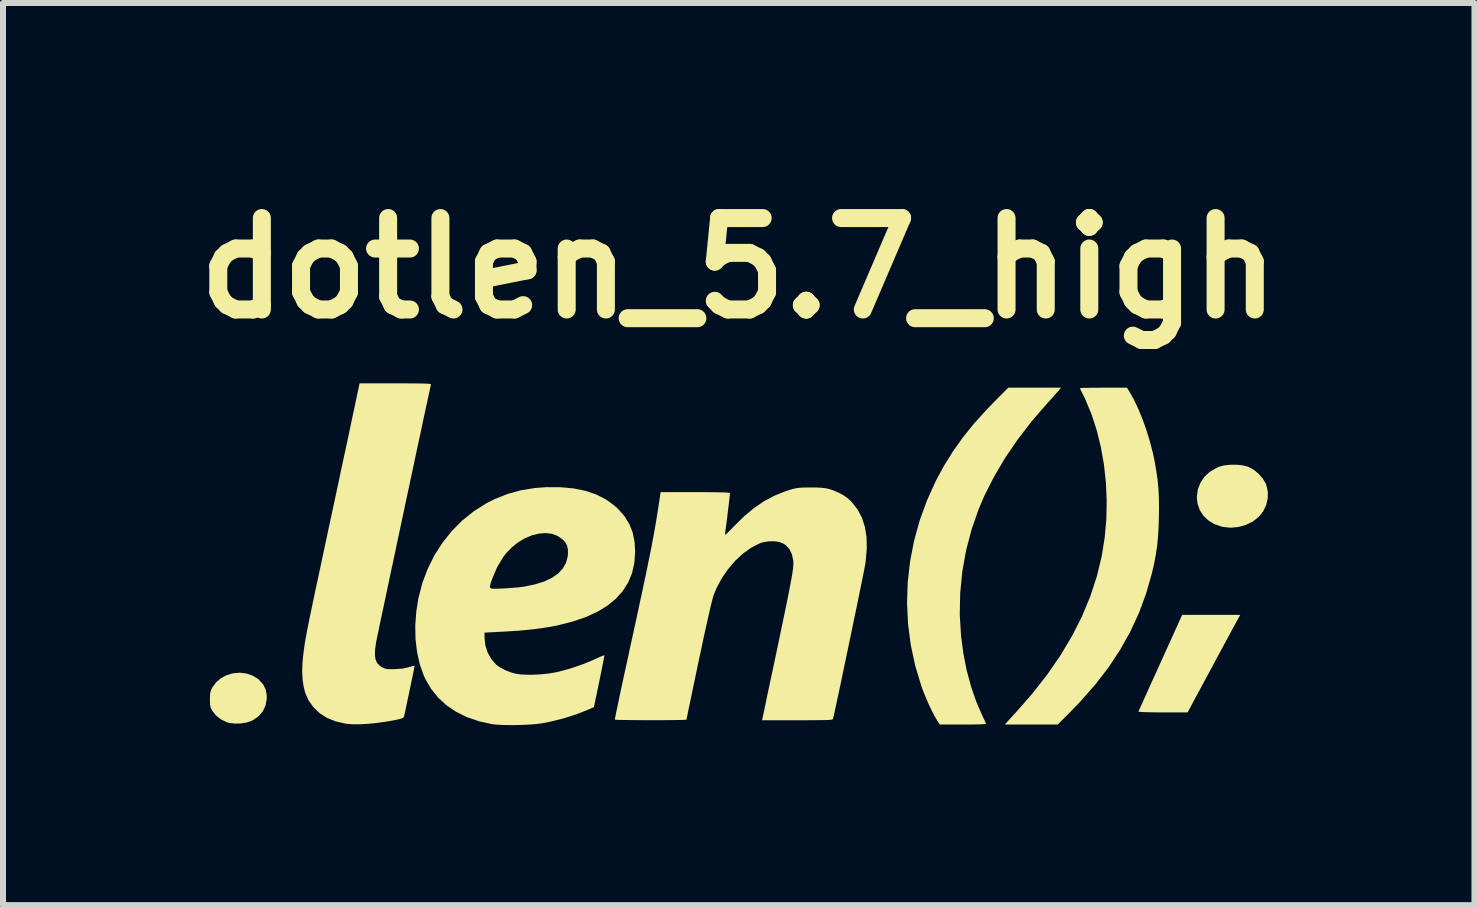
<source format=kicad_pcb>
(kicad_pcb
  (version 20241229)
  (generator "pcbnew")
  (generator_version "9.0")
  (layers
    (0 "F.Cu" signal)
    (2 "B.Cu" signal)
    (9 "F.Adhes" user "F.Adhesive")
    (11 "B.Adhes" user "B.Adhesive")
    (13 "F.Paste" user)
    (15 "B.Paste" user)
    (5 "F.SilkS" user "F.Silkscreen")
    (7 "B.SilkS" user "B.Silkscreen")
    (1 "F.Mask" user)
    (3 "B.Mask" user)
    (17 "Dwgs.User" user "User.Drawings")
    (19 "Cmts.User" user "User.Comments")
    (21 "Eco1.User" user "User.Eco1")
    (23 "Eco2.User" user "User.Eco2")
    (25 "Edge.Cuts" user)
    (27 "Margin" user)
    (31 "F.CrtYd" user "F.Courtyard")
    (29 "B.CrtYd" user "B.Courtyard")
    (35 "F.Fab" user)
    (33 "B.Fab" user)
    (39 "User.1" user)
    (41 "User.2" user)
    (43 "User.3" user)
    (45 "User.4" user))
  (footprint "dotlen_5.7_high"
    (layer "F.Cu")
    (at 9.26 6.181)
    (property "Reference" "dotlen_5.7_high" (at 0 -4.763 0) (layer "F.SilkS") (effects (font (size 1.524 1.524) (thickness 0.3))))
    (attr board_only exclude_from_pos_files exclude_from_bom)
    (fp_poly (pts (xy 8.331 1.063) (xy 8.319 1.084) (xy 8.295 1.128) (xy 8.26 1.193) (xy 8.214 1.276) (xy 8.161 1.376) (xy 8.1 1.489) (xy 8.033 1.613) (xy 7.961 1.746) (xy 7.892 1.875) (xy 7.48 2.64) (xy 7.068 2.64) (xy 6.95 2.64) (xy 6.849 2.638) (xy 6.767 2.636) (xy 6.707 2.633) (xy 6.67 2.63) (xy 6.661 2.627) (xy 6.667 2.611) (xy 6.685 2.572) (xy 6.713 2.511) (xy 6.749 2.43) (xy 6.793 2.333) (xy 6.844 2.22) (xy 6.9 2.095) (xy 6.962 1.96) (xy 7.026 1.817) (xy 7.028 1.814) (xy 7.39 1.015) (xy 8.358 1.015)) (stroke (width 0) (type solid)) (fill yes) (layer "F.SilkS"))
    (fp_poly (pts (xy 8.39 -1.478) (xy 8.477 -1.457) (xy 8.493 -1.451) (xy 8.578 -1.406) (xy 8.659 -1.34) (xy 8.729 -1.262) (xy 8.779 -1.179) (xy 8.79 -1.153) (xy 8.817 -1.042) (xy 8.816 -0.928) (xy 8.79 -0.816) (xy 8.74 -0.711) (xy 8.667 -0.62) (xy 8.667 -0.619) (xy 8.567 -0.541) (xy 8.452 -0.484) (xy 8.326 -0.449) (xy 8.196 -0.437) (xy 8.066 -0.451) (xy 8.044 -0.456) (xy 7.924 -0.498) (xy 7.822 -0.561) (xy 7.741 -0.64) (xy 7.681 -0.734) (xy 7.645 -0.839) (xy 7.634 -0.952) (xy 7.65 -1.072) (xy 7.65 -1.074) (xy 7.694 -1.188) (xy 7.761 -1.287) (xy 7.852 -1.37) (xy 7.966 -1.436) (xy 8.004 -1.453) (xy 8.086 -1.475) (xy 8.184 -1.486) (xy 8.289 -1.487)) (stroke (width 0) (type solid)) (fill yes) (layer "F.SilkS"))
    (fp_poly (pts (xy -8.207 1.991) (xy -8.105 2.025) (xy -8.013 2.081) (xy -7.995 2.097) (xy -7.925 2.174) (xy -7.883 2.258) (xy -7.865 2.353) (xy -7.865 2.415) (xy -7.886 2.527) (xy -7.931 2.623) (xy -8 2.704) (xy -8.092 2.768) (xy -8.122 2.783) (xy -8.201 2.809) (xy -8.293 2.824) (xy -8.39 2.827) (xy -8.478 2.818) (xy -8.532 2.804) (xy -8.629 2.756) (xy -8.71 2.693) (xy -8.769 2.619) (xy -8.771 2.616) (xy -8.792 2.577) (xy -8.804 2.542) (xy -8.81 2.5) (xy -8.812 2.441) (xy -8.812 2.423) (xy -8.811 2.358) (xy -8.806 2.312) (xy -8.795 2.274) (xy -8.776 2.233) (xy -8.77 2.222) (xy -8.706 2.136) (xy -8.624 2.067) (xy -8.528 2.018) (xy -8.424 1.988) (xy -8.315 1.979)) (stroke (width 0) (type solid)) (fill yes) (layer "F.SilkS"))
    (fp_poly (pts (xy 5.336 -2.728) (xy 5.315 -2.703) (xy 5.277 -2.661) (xy 5.23 -2.608) (xy 5.176 -2.548) (xy 5.152 -2.522) (xy 4.888 -2.218) (xy 4.65 -1.909) (xy 4.437 -1.597) (xy 4.252 -1.283) (xy 4.093 -0.969) (xy 3.997 -0.743) (xy 3.88 -0.406) (xy 3.789 -0.06) (xy 3.726 0.292) (xy 3.691 0.647) (xy 3.683 1.003) (xy 3.704 1.359) (xy 3.744 1.661) (xy 3.8 1.944) (xy 3.872 2.21) (xy 3.957 2.457) (xy 4.039 2.648) (xy 4.069 2.713) (xy 4.094 2.768) (xy 4.112 2.809) (xy 4.12 2.83) (xy 4.12 2.831) (xy 4.106 2.834) (xy 4.067 2.837) (xy 4.006 2.84) (xy 3.928 2.841) (xy 3.836 2.843) (xy 3.735 2.843) (xy 3.35 2.843) (xy 3.306 2.774) (xy 3.261 2.697) (xy 3.211 2.6) (xy 3.159 2.489) (xy 3.109 2.372) (xy 3.063 2.257) (xy 3.042 2.197) (xy 2.94 1.859) (xy 2.867 1.516) (xy 2.822 1.171) (xy 2.805 0.823) (xy 2.816 0.475) (xy 2.855 0.128) (xy 2.921 -0.216) (xy 3.015 -0.557) (xy 3.137 -0.891) (xy 3.285 -1.219) (xy 3.421 -1.47) (xy 3.57 -1.709) (xy 3.735 -1.942) (xy 3.921 -2.172) (xy 4.13 -2.403) (xy 4.25 -2.528) (xy 4.492 -2.771) (xy 5.371 -2.771)) (stroke (width 0) (type solid)) (fill yes) (layer "F.SilkS"))
    (fp_poly (pts (xy 6.504 -2.715) (xy 6.582 -2.579) (xy 6.657 -2.42) (xy 6.73 -2.244) (xy 6.796 -2.057) (xy 6.855 -1.863) (xy 6.904 -1.671) (xy 6.926 -1.569) (xy 6.956 -1.398) (xy 6.979 -1.241) (xy 6.994 -1.087) (xy 7.002 -0.929) (xy 7.004 -0.757) (xy 7.002 -0.617) (xy 6.996 -0.434) (xy 6.986 -0.272) (xy 6.971 -0.123) (xy 6.949 0.021) (xy 6.921 0.168) (xy 6.884 0.326) (xy 6.884 0.326) (xy 6.789 0.659) (xy 6.671 0.979) (xy 6.528 1.289) (xy 6.36 1.59) (xy 6.167 1.884) (xy 5.946 2.171) (xy 5.698 2.453) (xy 5.571 2.586) (xy 5.316 2.843) (xy 4.434 2.843) (xy 4.469 2.804) (xy 4.494 2.776) (xy 4.532 2.734) (xy 4.578 2.684) (xy 4.612 2.648) (xy 4.891 2.329) (xy 5.141 2.01) (xy 5.363 1.688) (xy 5.556 1.364) (xy 5.721 1.038) (xy 5.858 0.708) (xy 5.967 0.375) (xy 6.049 0.038) (xy 6.099 -0.276) (xy 6.126 -0.577) (xy 6.132 -0.882) (xy 6.119 -1.188) (xy 6.086 -1.49) (xy 6.034 -1.784) (xy 5.964 -2.067) (xy 5.877 -2.334) (xy 5.773 -2.582) (xy 5.746 -2.638) (xy 5.719 -2.69) (xy 5.699 -2.733) (xy 5.688 -2.758) (xy 5.686 -2.763) (xy 5.7 -2.765) (xy 5.739 -2.767) (xy 5.8 -2.768) (xy 5.879 -2.77) (xy 5.971 -2.77) (xy 6.074 -2.771) (xy 6.078 -2.771) (xy 6.469 -2.771)) (stroke (width 0) (type solid)) (fill yes) (layer "F.SilkS"))
    (fp_poly (pts (xy -5.567 -2.843) (xy -5.441 -2.842) (xy -5.339 -2.841) (xy -5.261 -2.84) (xy -5.202 -2.838) (xy -5.162 -2.835) (xy -5.138 -2.832) (xy -5.128 -2.827) (xy -5.128 -2.825) (xy -5.132 -2.808) (xy -5.142 -2.765) (xy -5.156 -2.697) (xy -5.176 -2.607) (xy -5.2 -2.495) (xy -5.228 -2.365) (xy -5.26 -2.218) (xy -5.294 -2.056) (xy -5.332 -1.88) (xy -5.372 -1.694) (xy -5.413 -1.498) (xy -5.457 -1.294) (xy -5.501 -1.085) (xy -5.547 -0.873) (xy -5.592 -0.658) (xy -5.638 -0.444) (xy -5.683 -0.232) (xy -5.727 -0.023) (xy -5.77 0.179) (xy -5.812 0.374) (xy -5.851 0.559) (xy -5.887 0.732) (xy -5.921 0.892) (xy -5.952 1.037) (xy -5.979 1.164) (xy -6.001 1.272) (xy -6.02 1.359) (xy -6.033 1.424) (xy -6.041 1.463) (xy -6.043 1.472) (xy -6.059 1.589) (xy -6.063 1.683) (xy -6.052 1.757) (xy -6.027 1.815) (xy -5.985 1.86) (xy -5.947 1.886) (xy -5.913 1.903) (xy -5.88 1.914) (xy -5.839 1.919) (xy -5.783 1.92) (xy -5.744 1.92) (xy -5.603 1.91) (xy -5.505 1.889) (xy -5.456 1.874) (xy -5.419 1.865) (xy -5.401 1.862) (xy -5.401 1.862) (xy -5.403 1.876) (xy -5.411 1.914) (xy -5.422 1.972) (xy -5.437 2.046) (xy -5.455 2.131) (xy -5.474 2.224) (xy -5.494 2.319) (xy -5.514 2.413) (xy -5.533 2.502) (xy -5.549 2.581) (xy -5.563 2.645) (xy -5.574 2.692) (xy -5.577 2.707) (xy -5.586 2.724) (xy -5.607 2.737) (xy -5.647 2.75) (xy -5.697 2.762) (xy -5.854 2.791) (xy -6.012 2.814) (xy -6.167 2.83) (xy -6.311 2.838) (xy -6.439 2.838) (xy -6.546 2.829) (xy -6.555 2.827) (xy -6.716 2.79) (xy -6.859 2.733) (xy -6.982 2.655) (xy -7.085 2.557) (xy -7.167 2.442) (xy -7.223 2.316) (xy -7.25 2.211) (xy -7.268 2.088) (xy -7.275 1.955) (xy -7.27 1.82) (xy -7.267 1.789) (xy -7.261 1.727) (xy -7.255 1.669) (xy -7.248 1.613) (xy -7.24 1.556) (xy -7.232 1.497) (xy -7.221 1.433) (xy -7.208 1.362) (xy -7.193 1.281) (xy -7.175 1.189) (xy -7.154 1.082) (xy -7.128 0.96) (xy -7.099 0.819) (xy -7.065 0.657) (xy -7.025 0.472) (xy -6.98 0.261) (xy -6.963 0.181) (xy -6.895 -0.138) (xy -6.83 -0.444) (xy -6.767 -0.735) (xy -6.708 -1.011) (xy -6.653 -1.269) (xy -6.602 -1.51) (xy -6.554 -1.732) (xy -6.511 -1.933) (xy -6.473 -2.112) (xy -6.44 -2.27) (xy -6.411 -2.403) (xy -6.388 -2.511) (xy -6.371 -2.594) (xy -6.359 -2.649) (xy -6.359 -2.651) (xy -6.318 -2.843) (xy -5.72 -2.843)) (stroke (width 0) (type solid)) (fill yes) (layer "F.SilkS"))
    (fp_poly (pts (xy -2.968 -1.112) (xy -2.751 -1.092) (xy -2.553 -1.052) (xy -2.375 -0.991) (xy -2.215 -0.91) (xy -2.073 -0.807) (xy -2.001 -0.741) (xy -1.898 -0.622) (xy -1.821 -0.494) (xy -1.767 -0.356) (xy -1.736 -0.203) (xy -1.726 -0.036) (xy -1.739 0.147) (xy -1.777 0.317) (xy -1.841 0.473) (xy -1.931 0.615) (xy -2.046 0.745) (xy -2.186 0.86) (xy -2.352 0.962) (xy -2.544 1.05) (xy -2.762 1.125) (xy -3.005 1.187) (xy -3.048 1.196) (xy -3.194 1.223) (xy -3.342 1.245) (xy -3.499 1.263) (xy -3.671 1.279) (xy -3.865 1.291) (xy -3.913 1.294) (xy -4.236 1.311) (xy -4.236 1.401) (xy -4.222 1.524) (xy -4.184 1.642) (xy -4.124 1.751) (xy -4.044 1.842) (xy -4.035 1.851) (xy -3.973 1.894) (xy -3.892 1.936) (xy -3.802 1.972) (xy -3.714 1.996) (xy -3.628 2.008) (xy -3.523 2.013) (xy -3.405 2.012) (xy -3.282 2.005) (xy -3.162 1.992) (xy -3.054 1.974) (xy -3.054 1.974) (xy -2.911 1.939) (xy -2.756 1.893) (xy -2.601 1.839) (xy -2.457 1.781) (xy -2.395 1.753) (xy -2.335 1.726) (xy -2.285 1.704) (xy -2.251 1.691) (xy -2.239 1.687) (xy -2.24 1.702) (xy -2.247 1.742) (xy -2.259 1.803) (xy -2.275 1.882) (xy -2.293 1.976) (xy -2.315 2.08) (xy -2.323 2.122) (xy -2.413 2.551) (xy -2.508 2.594) (xy -2.702 2.671) (xy -2.915 2.739) (xy -3.136 2.794) (xy -3.279 2.822) (xy -3.364 2.833) (xy -3.469 2.842) (xy -3.586 2.848) (xy -3.709 2.852) (xy -3.83 2.852) (xy -3.942 2.85) (xy -4.04 2.844) (xy -4.111 2.836) (xy -4.329 2.788) (xy -4.528 2.72) (xy -4.708 2.631) (xy -4.868 2.523) (xy -5.008 2.395) (xy -5.126 2.248) (xy -5.222 2.084) (xy -5.248 2.028) (xy -5.314 1.841) (xy -5.36 1.637) (xy -5.386 1.419) (xy -5.39 1.192) (xy -5.373 0.959) (xy -5.338 0.737) (xy -5.291 0.557) (xy -4.146 0.557) (xy -4.132 0.573) (xy -4.1 0.58) (xy -4.047 0.58) (xy -3.969 0.577) (xy -3.935 0.576) (xy -3.844 0.57) (xy -3.749 0.563) (xy -3.66 0.555) (xy -3.589 0.546) (xy -3.582 0.545) (xy -3.402 0.509) (xy -3.247 0.461) (xy -3.116 0.4) (xy -3.011 0.327) (xy -2.931 0.242) (xy -2.877 0.146) (xy -2.849 0.038) (xy -2.846 0.013) (xy -2.846 -0.073) (xy -2.861 -0.141) (xy -2.894 -0.199) (xy -2.937 -0.244) (xy -3.019 -0.301) (xy -3.115 -0.336) (xy -3.22 -0.348) (xy -3.332 -0.339) (xy -3.447 -0.31) (xy -3.562 -0.262) (xy -3.674 -0.196) (xy -3.779 -0.112) (xy -3.875 -0.013) (xy -3.923 0.049) (xy -4.025 0.218) (xy -4.105 0.406) (xy -4.112 0.426) (xy -4.133 0.486) (xy -4.145 0.529) (xy -4.146 0.557) (xy -5.291 0.557) (xy -5.273 0.487) (xy -5.183 0.248) (xy -5.071 0.023) (xy -4.936 -0.188) (xy -4.781 -0.382) (xy -4.607 -0.557) (xy -4.415 -0.711) (xy -4.208 -0.843) (xy -4.063 -0.916) (xy -3.851 -1) (xy -3.63 -1.061) (xy -3.396 -1.099) (xy -3.206 -1.113)) (stroke (width 0) (type solid)) (fill yes) (layer "F.SilkS"))
    (fp_poly (pts (xy 1.3 -1.108) (xy 1.389 -1.102) (xy 1.464 -1.092) (xy 1.534 -1.074) (xy 1.605 -1.047) (xy 1.677 -1.015) (xy 1.75 -0.976) (xy 1.81 -0.933) (xy 1.87 -0.878) (xy 1.887 -0.86) (xy 1.982 -0.739) (xy 2.054 -0.602) (xy 2.103 -0.448) (xy 2.13 -0.277) (xy 2.134 -0.089) (xy 2.116 0.118) (xy 2.104 0.196) (xy 2.097 0.231) (xy 2.086 0.291) (xy 2.069 0.374) (xy 2.048 0.476) (xy 2.024 0.595) (xy 1.997 0.728) (xy 1.967 0.874) (xy 1.935 1.028) (xy 1.901 1.19) (xy 1.867 1.356) (xy 1.832 1.523) (xy 1.797 1.69) (xy 1.763 1.854) (xy 1.73 2.011) (xy 1.699 2.16) (xy 1.67 2.297) (xy 1.643 2.421) (xy 1.62 2.529) (xy 1.601 2.618) (xy 1.586 2.686) (xy 1.576 2.73) (xy 1.572 2.745) (xy 1.569 2.752) (xy 1.561 2.757) (xy 1.545 2.761) (xy 1.52 2.764) (xy 1.482 2.767) (xy 1.43 2.768) (xy 1.359 2.769) (xy 1.268 2.77) (xy 1.153 2.771) (xy 1.013 2.771) (xy 0.977 2.771) (xy 0.389 2.771) (xy 0.398 2.731) (xy 0.402 2.71) (xy 0.412 2.664) (xy 0.427 2.594) (xy 0.446 2.502) (xy 0.469 2.391) (xy 0.496 2.263) (xy 0.526 2.121) (xy 0.559 1.967) (xy 0.594 1.803) (xy 0.63 1.632) (xy 0.679 1.398) (xy 0.722 1.192) (xy 0.76 1.01) (xy 0.793 0.851) (xy 0.821 0.713) (xy 0.844 0.595) (xy 0.863 0.494) (xy 0.879 0.409) (xy 0.891 0.339) (xy 0.9 0.28) (xy 0.906 0.232) (xy 0.909 0.193) (xy 0.911 0.161) (xy 0.91 0.134) (xy 0.909 0.115) (xy 0.887 0.008) (xy 0.846 -0.079) (xy 0.784 -0.146) (xy 0.735 -0.178) (xy 0.667 -0.202) (xy 0.582 -0.212) (xy 0.49 -0.209) (xy 0.399 -0.193) (xy 0.341 -0.173) (xy 0.202 -0.101) (xy 0.067 -0.003) (xy -0.061 0.116) (xy -0.178 0.254) (xy -0.282 0.405) (xy -0.369 0.567) (xy -0.42 0.69) (xy -0.431 0.729) (xy -0.448 0.795) (xy -0.47 0.884) (xy -0.496 0.997) (xy -0.526 1.131) (xy -0.56 1.283) (xy -0.597 1.453) (xy -0.636 1.637) (xy -0.667 1.781) (xy -0.701 1.944) (xy -0.733 2.099) (xy -0.764 2.244) (xy -0.791 2.375) (xy -0.815 2.491) (xy -0.836 2.589) (xy -0.852 2.668) (xy -0.863 2.724) (xy -0.869 2.755) (xy -0.87 2.761) (xy -0.884 2.763) (xy -0.923 2.765) (xy -0.984 2.767) (xy -1.063 2.768) (xy -1.156 2.769) (xy -1.26 2.77) (xy -1.37 2.77) (xy -1.484 2.77) (xy -1.597 2.77) (xy -1.705 2.769) (xy -1.806 2.768) (xy -1.896 2.767) (xy -1.969 2.766) (xy -2.024 2.764) (xy -2.057 2.761) (xy -2.064 2.76) (xy -2.062 2.744) (xy -2.054 2.702) (xy -2.041 2.637) (xy -2.022 2.549) (xy -2 2.442) (xy -1.974 2.317) (xy -1.944 2.177) (xy -1.911 2.024) (xy -1.875 1.859) (xy -1.837 1.686) (xy -1.826 1.632) (xy -1.765 1.353) (xy -1.71 1.101) (xy -1.661 0.872) (xy -1.616 0.666) (xy -1.577 0.48) (xy -1.541 0.311) (xy -1.51 0.159) (xy -1.482 0.02) (xy -1.456 -0.107) (xy -1.434 -0.225) (xy -1.413 -0.335) (xy -1.395 -0.44) (xy -1.377 -0.541) (xy -1.361 -0.641) (xy -1.345 -0.742) (xy -1.329 -0.846) (xy -1.326 -0.867) (xy -1.302 -1.03) (xy -0.723 -1.03) (xy -0.564 -1.03) (xy -0.432 -1.029) (xy -0.327 -1.027) (xy -0.247 -1.025) (xy -0.191 -1.022) (xy -0.157 -1.019) (xy -0.145 -1.014) (xy -0.145 -1.014) (xy -0.147 -0.993) (xy -0.152 -0.949) (xy -0.159 -0.886) (xy -0.168 -0.811) (xy -0.178 -0.727) (xy -0.189 -0.64) (xy -0.199 -0.556) (xy -0.209 -0.479) (xy -0.218 -0.415) (xy -0.224 -0.369) (xy -0.227 -0.348) (xy -0.229 -0.331) (xy -0.227 -0.323) (xy -0.216 -0.326) (xy -0.195 -0.344) (xy -0.161 -0.377) (xy -0.111 -0.428) (xy -0.072 -0.469) (xy 0.093 -0.63) (xy 0.256 -0.766) (xy 0.42 -0.878) (xy 0.59 -0.969) (xy 0.769 -1.041) (xy 0.849 -1.068) (xy 0.906 -1.084) (xy 0.956 -1.095) (xy 1.007 -1.102) (xy 1.068 -1.106) (xy 1.146 -1.108) (xy 1.189 -1.108)) (stroke (width 0) (type solid)) (fill yes) (layer "F.SilkS")))
  (gr_rect
    (start -3 -3)
    (end 21.52 12.033)
    (stroke (width 0.1) (type default))
    (fill no)
    (layer "Edge.Cuts")))
</source>
